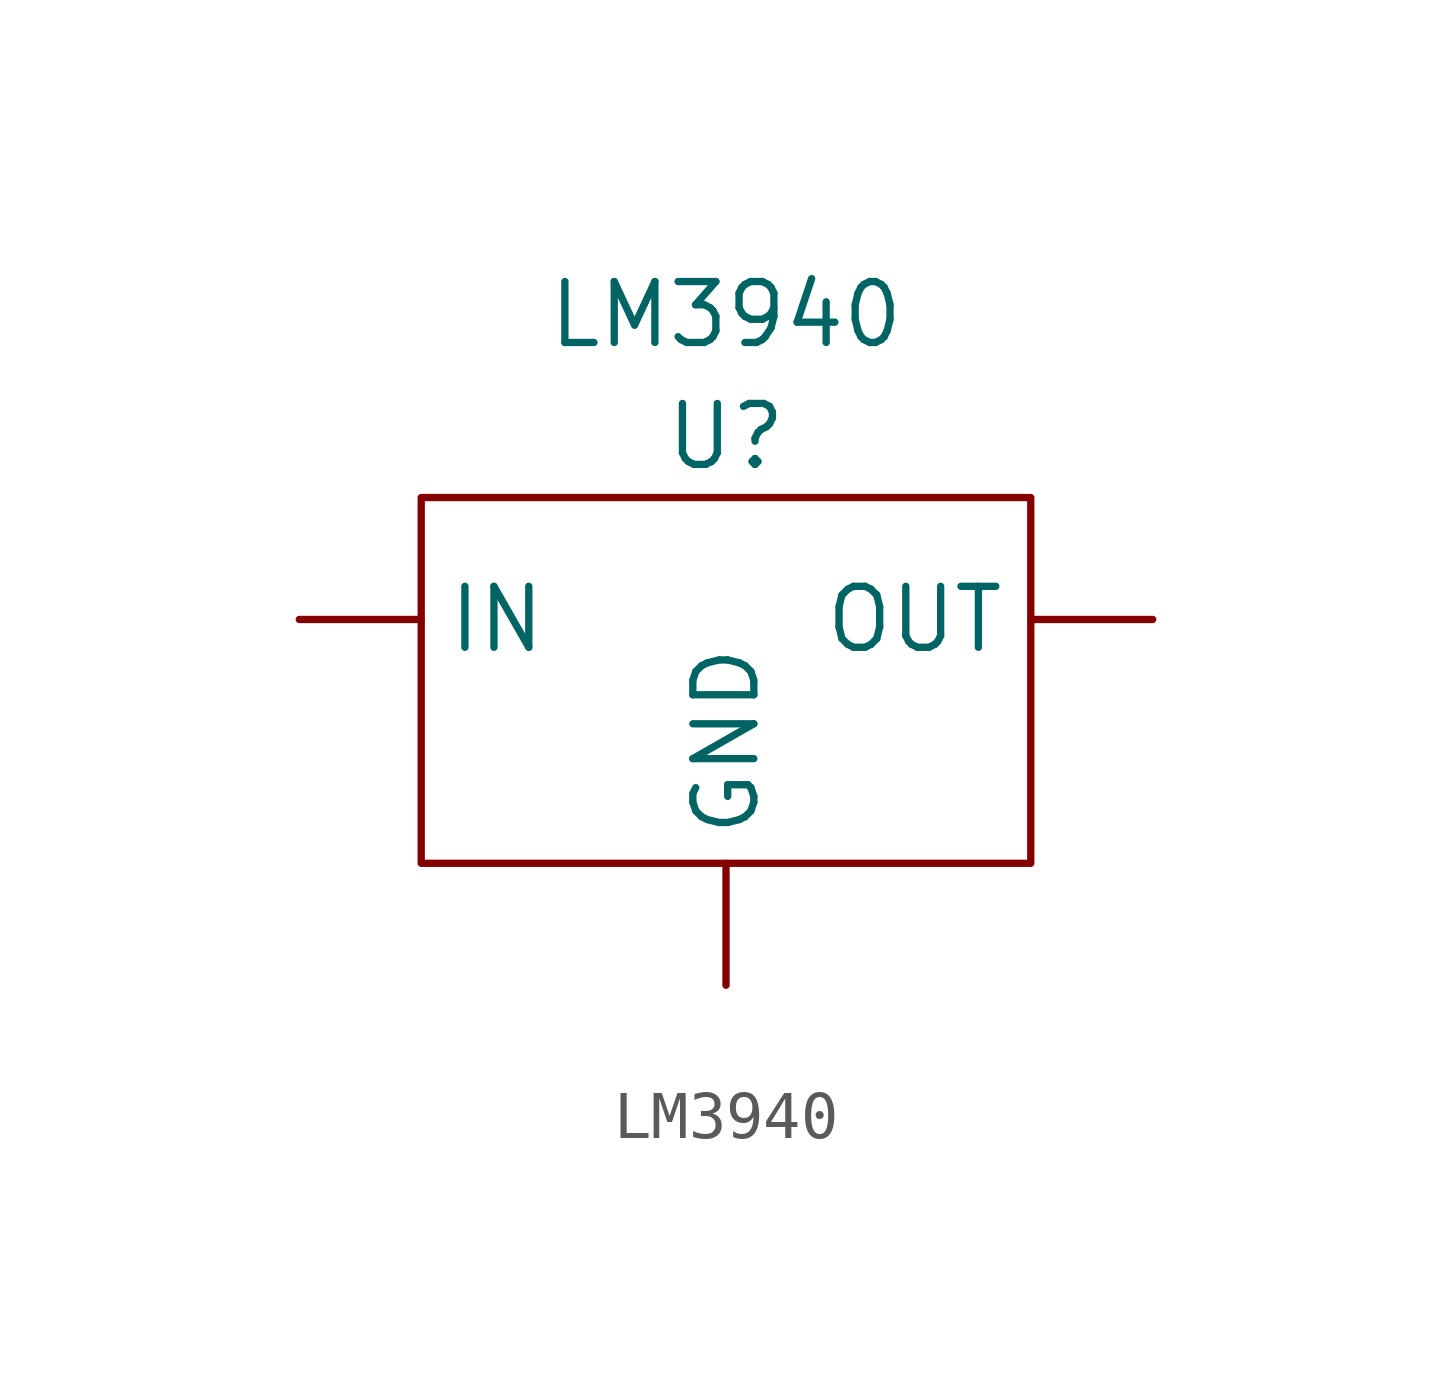
<source format=kicad_sym>
(kicad_symbol_lib
  (version 20211014)
  (generator kicad_symbol_editor)
  (symbol "LM3940"
    (property "Reference" "U"
      (at 1.27 0 0)
      (effects (font (size 1.27 1.27))))
    (property "Value" "LM3940"
      (at 1.27 2.54 0)
      (effects (font (size 1.27 1.27))))
    (symbol "LM3940_0_1"
      (polyline (pts (xy -5.08 -1.27) (xy -5.08 -8.89) (xy 7.62 -8.89) (xy 7.62 -1.27) (xy -5.08 -1.27) (xy -5.08 -2.54)) (stroke (width 0) (type default) (color 0 0 0 0)) (fill (type none))))
    (symbol "LM3940_1_1"
      (pin input line (at 1.27 -11.43 90) (length 2.54) (name "GND" (effects (font (size 1.27 1.27)))) (number "" (effects (font (size 1.27 1.27)))))
      (pin input line (at -7.62 -3.81 0) (length 2.54) (name "IN" (effects (font (size 1.27 1.27)))) (number "" (effects (font (size 1.27 1.27)))))
      (pin input line (at 10.16 -3.81 180) (length 2.54) (name "OUT" (effects (font (size 1.27 1.27)))) (number "" (effects (font (size 1.27 1.27))))))))
</source>
